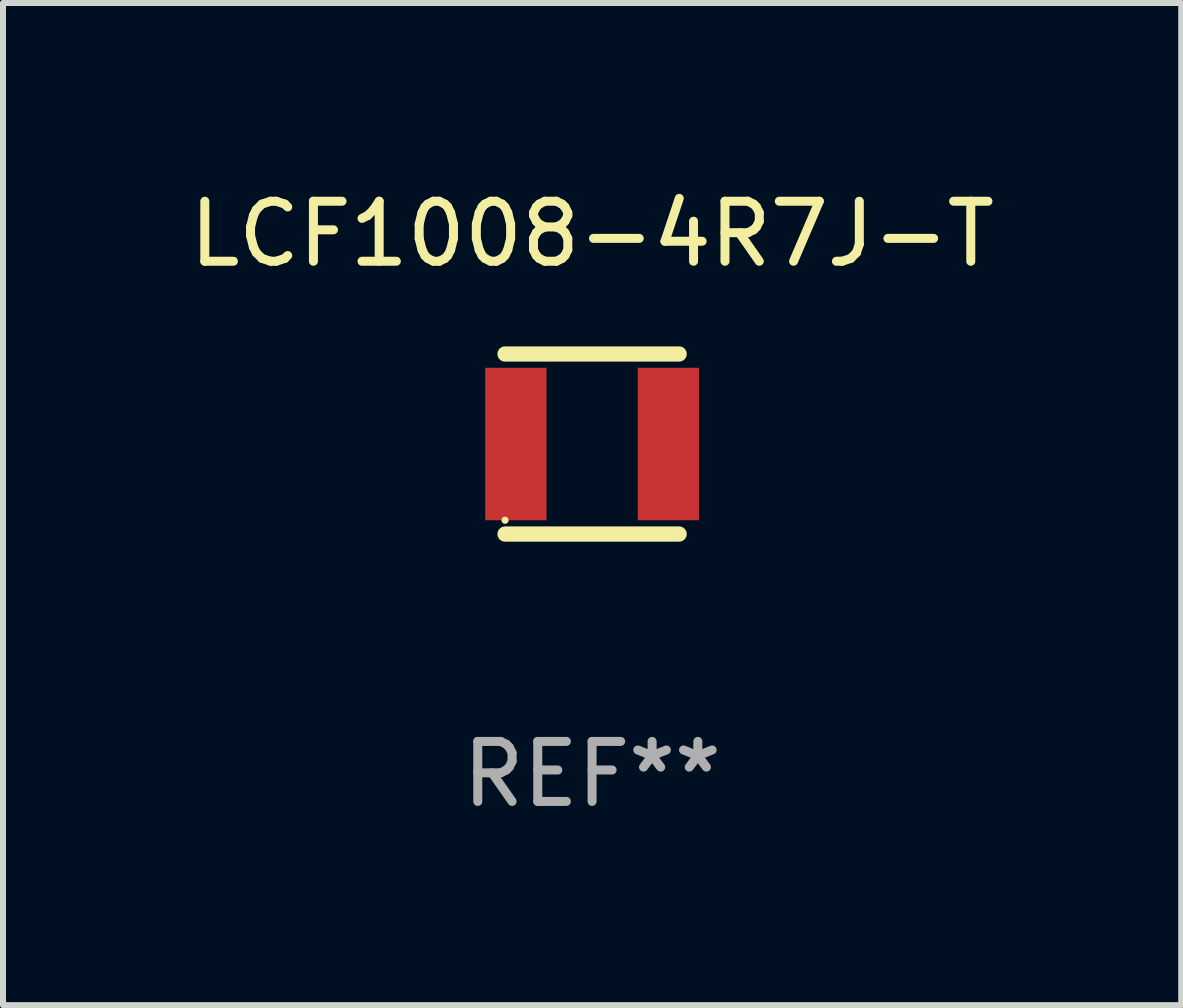
<source format=kicad_pcb>
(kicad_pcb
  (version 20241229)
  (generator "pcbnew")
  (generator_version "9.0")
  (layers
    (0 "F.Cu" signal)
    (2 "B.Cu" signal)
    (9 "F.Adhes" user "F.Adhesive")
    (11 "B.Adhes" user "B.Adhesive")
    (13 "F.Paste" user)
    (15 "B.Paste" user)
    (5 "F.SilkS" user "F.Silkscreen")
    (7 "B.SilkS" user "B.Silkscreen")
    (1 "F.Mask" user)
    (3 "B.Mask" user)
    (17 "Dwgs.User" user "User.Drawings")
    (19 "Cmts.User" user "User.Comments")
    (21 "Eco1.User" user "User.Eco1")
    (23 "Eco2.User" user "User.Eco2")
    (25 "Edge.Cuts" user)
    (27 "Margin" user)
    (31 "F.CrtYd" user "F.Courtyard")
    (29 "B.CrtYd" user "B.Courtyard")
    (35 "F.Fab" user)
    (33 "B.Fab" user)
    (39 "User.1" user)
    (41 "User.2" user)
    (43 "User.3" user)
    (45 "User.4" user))
  (footprint "LCF1008-4R7J-T"
    (layer "F.Cu")
    (at 6.815 4.348)
    (property "Reference" "LCF1008-4R7J-T" (at 0 -3.5 0) (layer "F.SilkS") (effects (font (size 1 1) (thickness 0.15))))
    (attr through_hole)
    (fp_line (start -1.45 -1.5) (end 1.45 -1.5) (stroke (width 0.254) (type solid)) (layer "F.SilkS"))
    (fp_line (start -1.45 1.5) (end 1.45 1.5) (stroke (width 0.254) (type solid)) (layer "F.SilkS"))
    (fp_circle (center -1.45 1.27) (end -1.42 1.27) (stroke (width 0.06) (type solid)) (fill no) (layer "F.SilkS"))
    (fp_text user "REF**" (at 0 5.5 0) (layer "F.Fab") (effects (font (size 1 1) (thickness 0.15))))
    (pad "1" smd rect (at -1.27 0 90) (size 2.54 1.02) (layers "F.Cu" "F.Mask" "F.Paste"))
    (pad "2" smd rect (at 1.27 0 90) (size 2.54 1.02) (layers "F.Cu" "F.Mask" "F.Paste")))
  (gr_rect
    (start -3 -3)
    (end 16.631 13.697)
    (stroke (width 0.1) (type default))
    (fill no)
    (layer "Edge.Cuts")))
</source>
